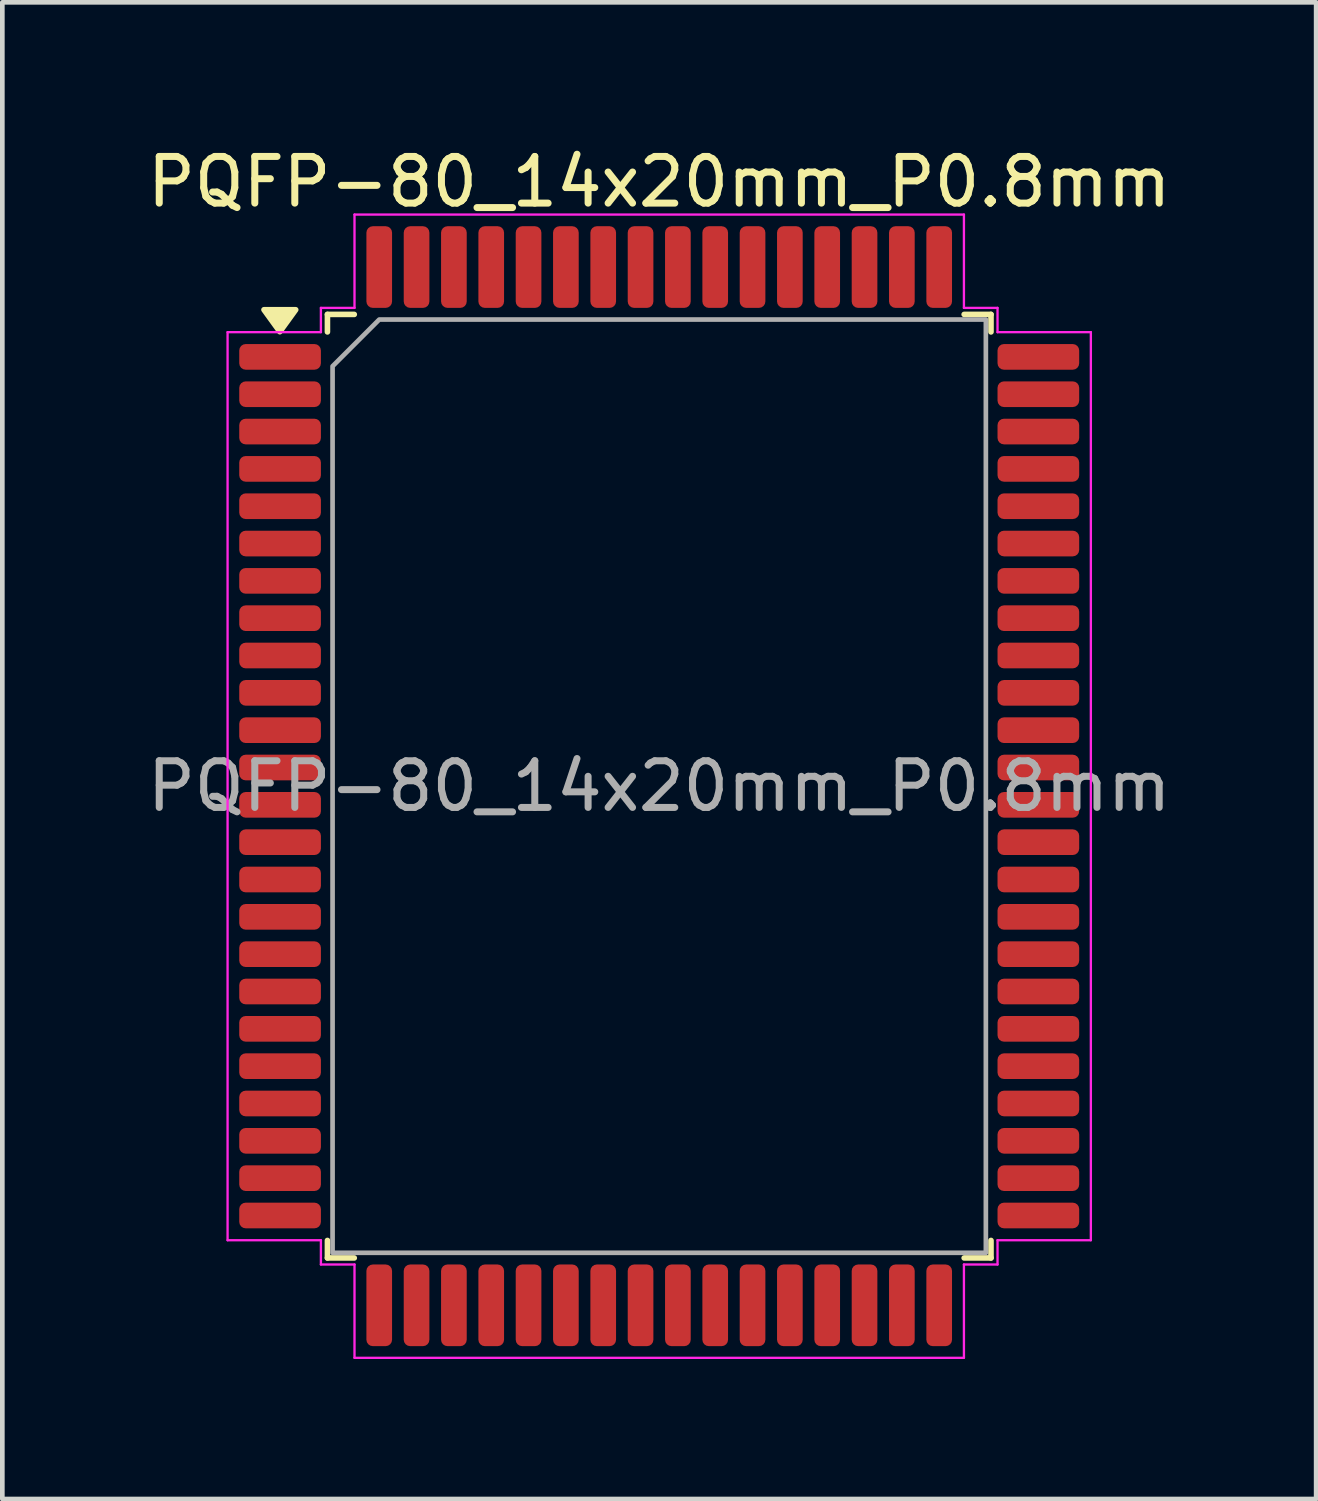
<source format=kicad_pcb>
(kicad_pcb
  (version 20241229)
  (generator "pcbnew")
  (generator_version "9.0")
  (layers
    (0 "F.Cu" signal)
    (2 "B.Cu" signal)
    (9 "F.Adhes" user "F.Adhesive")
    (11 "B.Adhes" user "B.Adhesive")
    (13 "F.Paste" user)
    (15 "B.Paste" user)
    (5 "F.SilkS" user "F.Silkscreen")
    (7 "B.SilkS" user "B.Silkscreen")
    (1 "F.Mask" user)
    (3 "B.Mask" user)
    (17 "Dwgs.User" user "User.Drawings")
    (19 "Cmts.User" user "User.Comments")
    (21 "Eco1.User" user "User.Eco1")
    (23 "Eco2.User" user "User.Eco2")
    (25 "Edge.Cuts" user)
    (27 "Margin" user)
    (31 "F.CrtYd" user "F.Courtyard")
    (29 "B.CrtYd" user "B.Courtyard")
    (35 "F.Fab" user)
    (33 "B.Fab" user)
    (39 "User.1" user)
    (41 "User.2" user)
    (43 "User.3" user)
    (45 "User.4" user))
  (footprint "PQFP-80_14x20mm_P0.8mm"
    (layer "F.Cu")
    (at 11.077 13.798)
    (property "Reference" "PQFP-80_14x20mm_P0.8mm" (at 0 -12.95 0) (layer "F.SilkS") (effects (font (size 1 1) (thickness 0.15))))
    (attr smd allow_soldermask_bridges)
    (fp_line (start -7.11 -10.11) (end -6.535 -10.11) (stroke (width 0.12) (type solid)) (layer "F.SilkS"))
    (fp_line (start -7.11 -9.735) (end -7.11 -10.11) (stroke (width 0.12) (type solid)) (layer "F.SilkS"))
    (fp_line (start -7.11 10.11) (end -7.11 9.735) (stroke (width 0.12) (type solid)) (layer "F.SilkS"))
    (fp_line (start -6.535 10.11) (end -7.11 10.11) (stroke (width 0.12) (type solid)) (layer "F.SilkS"))
    (fp_line (start 6.535 -10.11) (end 7.11 -10.11) (stroke (width 0.12) (type solid)) (layer "F.SilkS"))
    (fp_line (start 7.11 -10.11) (end 7.11 -9.735) (stroke (width 0.12) (type solid)) (layer "F.SilkS"))
    (fp_line (start 7.11 9.735) (end 7.11 10.11) (stroke (width 0.12) (type solid)) (layer "F.SilkS"))
    (fp_line (start 7.11 10.11) (end 6.535 10.11) (stroke (width 0.12) (type solid)) (layer "F.SilkS"))
    (fp_poly (pts (xy -8.13 -9.74) (xy -8.47 -10.21) (xy -7.79 -10.21)) (stroke (width 0.12) (type solid)) (fill yes) (layer "F.SilkS"))
    (fp_line (start -9.25 -9.73) (end -7.25 -9.73) (stroke (width 0.05) (type solid)) (layer "F.CrtYd"))
    (fp_line (start -9.25 9.73) (end -9.25 -9.73) (stroke (width 0.05) (type solid)) (layer "F.CrtYd"))
    (fp_line (start -7.25 -10.25) (end -6.53 -10.25) (stroke (width 0.05) (type solid)) (layer "F.CrtYd"))
    (fp_line (start -7.25 -9.73) (end -7.25 -10.25) (stroke (width 0.05) (type solid)) (layer "F.CrtYd"))
    (fp_line (start -7.25 9.73) (end -9.25 9.73) (stroke (width 0.05) (type solid)) (layer "F.CrtYd"))
    (fp_line (start -7.25 10.25) (end -7.25 9.73) (stroke (width 0.05) (type solid)) (layer "F.CrtYd"))
    (fp_line (start -6.53 -12.25) (end 6.53 -12.25) (stroke (width 0.05) (type solid)) (layer "F.CrtYd"))
    (fp_line (start -6.53 -10.25) (end -6.53 -12.25) (stroke (width 0.05) (type solid)) (layer "F.CrtYd"))
    (fp_line (start -6.53 10.25) (end -7.25 10.25) (stroke (width 0.05) (type solid)) (layer "F.CrtYd"))
    (fp_line (start -6.53 12.25) (end -6.53 10.25) (stroke (width 0.05) (type solid)) (layer "F.CrtYd"))
    (fp_line (start 6.53 -12.25) (end 6.53 -10.25) (stroke (width 0.05) (type solid)) (layer "F.CrtYd"))
    (fp_line (start 6.53 -10.25) (end 7.25 -10.25) (stroke (width 0.05) (type solid)) (layer "F.CrtYd"))
    (fp_line (start 6.53 10.25) (end 6.53 12.25) (stroke (width 0.05) (type solid)) (layer "F.CrtYd"))
    (fp_line (start 6.53 12.25) (end -6.53 12.25) (stroke (width 0.05) (type solid)) (layer "F.CrtYd"))
    (fp_line (start 7.25 -10.25) (end 7.25 -9.73) (stroke (width 0.05) (type solid)) (layer "F.CrtYd"))
    (fp_line (start 7.25 -9.73) (end 9.25 -9.73) (stroke (width 0.05) (type solid)) (layer "F.CrtYd"))
    (fp_line (start 7.25 9.73) (end 7.25 10.25) (stroke (width 0.05) (type solid)) (layer "F.CrtYd"))
    (fp_line (start 7.25 10.25) (end 6.53 10.25) (stroke (width 0.05) (type solid)) (layer "F.CrtYd"))
    (fp_line (start 9.25 -9.73) (end 9.25 9.73) (stroke (width 0.05) (type solid)) (layer "F.CrtYd"))
    (fp_line (start 9.25 9.73) (end 7.25 9.73) (stroke (width 0.05) (type solid)) (layer "F.CrtYd"))
    (fp_poly (pts (xy -7 -9) (xy -7 10) (xy 7 10) (xy 7 -10) (xy -6 -10)) (stroke (width 0.1) (type solid)) (fill no) (layer "F.Fab"))
    (fp_text user "${REFERENCE}" (at 0 0 0) (layer "F.Fab") (effects (font (size 1 1) (thickness 0.15))))
    (pad "1" smd roundrect (at -8.125 -9.2) (size 1.75 0.55) (layers "F.Cu" "F.Mask" "F.Paste") (roundrect_rratio 0.25))
    (pad "2" smd roundrect (at -8.125 -8.4) (size 1.75 0.55) (layers "F.Cu" "F.Mask" "F.Paste") (roundrect_rratio 0.25))
    (pad "3" smd roundrect (at -8.125 -7.6) (size 1.75 0.55) (layers "F.Cu" "F.Mask" "F.Paste") (roundrect_rratio 0.25))
    (pad "4" smd roundrect (at -8.125 -6.8) (size 1.75 0.55) (layers "F.Cu" "F.Mask" "F.Paste") (roundrect_rratio 0.25))
    (pad "5" smd roundrect (at -8.125 -6) (size 1.75 0.55) (layers "F.Cu" "F.Mask" "F.Paste") (roundrect_rratio 0.25))
    (pad "6" smd roundrect (at -8.125 -5.2) (size 1.75 0.55) (layers "F.Cu" "F.Mask" "F.Paste") (roundrect_rratio 0.25))
    (pad "7" smd roundrect (at -8.125 -4.4) (size 1.75 0.55) (layers "F.Cu" "F.Mask" "F.Paste") (roundrect_rratio 0.25))
    (pad "8" smd roundrect (at -8.125 -3.6) (size 1.75 0.55) (layers "F.Cu" "F.Mask" "F.Paste") (roundrect_rratio 0.25))
    (pad "9" smd roundrect (at -8.125 -2.8) (size 1.75 0.55) (layers "F.Cu" "F.Mask" "F.Paste") (roundrect_rratio 0.25))
    (pad "10" smd roundrect (at -8.125 -2) (size 1.75 0.55) (layers "F.Cu" "F.Mask" "F.Paste") (roundrect_rratio 0.25))
    (pad "11" smd roundrect (at -8.125 -1.2) (size 1.75 0.55) (layers "F.Cu" "F.Mask" "F.Paste") (roundrect_rratio 0.25))
    (pad "12" smd roundrect (at -8.125 -0.4) (size 1.75 0.55) (layers "F.Cu" "F.Mask" "F.Paste") (roundrect_rratio 0.25))
    (pad "13" smd roundrect (at -8.125 0.4) (size 1.75 0.55) (layers "F.Cu" "F.Mask" "F.Paste") (roundrect_rratio 0.25))
    (pad "14" smd roundrect (at -8.125 1.2) (size 1.75 0.55) (layers "F.Cu" "F.Mask" "F.Paste") (roundrect_rratio 0.25))
    (pad "15" smd roundrect (at -8.125 2) (size 1.75 0.55) (layers "F.Cu" "F.Mask" "F.Paste") (roundrect_rratio 0.25))
    (pad "16" smd roundrect (at -8.125 2.8) (size 1.75 0.55) (layers "F.Cu" "F.Mask" "F.Paste") (roundrect_rratio 0.25))
    (pad "17" smd roundrect (at -8.125 3.6) (size 1.75 0.55) (layers "F.Cu" "F.Mask" "F.Paste") (roundrect_rratio 0.25))
    (pad "18" smd roundrect (at -8.125 4.4) (size 1.75 0.55) (layers "F.Cu" "F.Mask" "F.Paste") (roundrect_rratio 0.25))
    (pad "19" smd roundrect (at -8.125 5.2) (size 1.75 0.55) (layers "F.Cu" "F.Mask" "F.Paste") (roundrect_rratio 0.25))
    (pad "20" smd roundrect (at -8.125 6) (size 1.75 0.55) (layers "F.Cu" "F.Mask" "F.Paste") (roundrect_rratio 0.25))
    (pad "21" smd roundrect (at -8.125 6.8) (size 1.75 0.55) (layers "F.Cu" "F.Mask" "F.Paste") (roundrect_rratio 0.25))
    (pad "22" smd roundrect (at -8.125 7.6) (size 1.75 0.55) (layers "F.Cu" "F.Mask" "F.Paste") (roundrect_rratio 0.25))
    (pad "23" smd roundrect (at -8.125 8.4) (size 1.75 0.55) (layers "F.Cu" "F.Mask" "F.Paste") (roundrect_rratio 0.25))
    (pad "24" smd roundrect (at -8.125 9.2) (size 1.75 0.55) (layers "F.Cu" "F.Mask" "F.Paste") (roundrect_rratio 0.25))
    (pad "25" smd roundrect (at -6 11.125) (size 0.55 1.75) (layers "F.Cu" "F.Mask" "F.Paste") (roundrect_rratio 0.25))
    (pad "26" smd roundrect (at -5.2 11.125) (size 0.55 1.75) (layers "F.Cu" "F.Mask" "F.Paste") (roundrect_rratio 0.25))
    (pad "27" smd roundrect (at -4.4 11.125) (size 0.55 1.75) (layers "F.Cu" "F.Mask" "F.Paste") (roundrect_rratio 0.25))
    (pad "28" smd roundrect (at -3.6 11.125) (size 0.55 1.75) (layers "F.Cu" "F.Mask" "F.Paste") (roundrect_rratio 0.25))
    (pad "29" smd roundrect (at -2.8 11.125) (size 0.55 1.75) (layers "F.Cu" "F.Mask" "F.Paste") (roundrect_rratio 0.25))
    (pad "30" smd roundrect (at -2 11.125) (size 0.55 1.75) (layers "F.Cu" "F.Mask" "F.Paste") (roundrect_rratio 0.25))
    (pad "31" smd roundrect (at -1.2 11.125) (size 0.55 1.75) (layers "F.Cu" "F.Mask" "F.Paste") (roundrect_rratio 0.25))
    (pad "32" smd roundrect (at -0.4 11.125) (size 0.55 1.75) (layers "F.Cu" "F.Mask" "F.Paste") (roundrect_rratio 0.25))
    (pad "33" smd roundrect (at 0.4 11.125) (size 0.55 1.75) (layers "F.Cu" "F.Mask" "F.Paste") (roundrect_rratio 0.25))
    (pad "34" smd roundrect (at 1.2 11.125) (size 0.55 1.75) (layers "F.Cu" "F.Mask" "F.Paste") (roundrect_rratio 0.25))
    (pad "35" smd roundrect (at 2 11.125) (size 0.55 1.75) (layers "F.Cu" "F.Mask" "F.Paste") (roundrect_rratio 0.25))
    (pad "36" smd roundrect (at 2.8 11.125) (size 0.55 1.75) (layers "F.Cu" "F.Mask" "F.Paste") (roundrect_rratio 0.25))
    (pad "37" smd roundrect (at 3.6 11.125) (size 0.55 1.75) (layers "F.Cu" "F.Mask" "F.Paste") (roundrect_rratio 0.25))
    (pad "38" smd roundrect (at 4.4 11.125) (size 0.55 1.75) (layers "F.Cu" "F.Mask" "F.Paste") (roundrect_rratio 0.25))
    (pad "39" smd roundrect (at 5.2 11.125) (size 0.55 1.75) (layers "F.Cu" "F.Mask" "F.Paste") (roundrect_rratio 0.25))
    (pad "40" smd roundrect (at 6 11.125) (size 0.55 1.75) (layers "F.Cu" "F.Mask" "F.Paste") (roundrect_rratio 0.25))
    (pad "41" smd roundrect (at 8.125 9.2) (size 1.75 0.55) (layers "F.Cu" "F.Mask" "F.Paste") (roundrect_rratio 0.25))
    (pad "42" smd roundrect (at 8.125 8.4) (size 1.75 0.55) (layers "F.Cu" "F.Mask" "F.Paste") (roundrect_rratio 0.25))
    (pad "43" smd roundrect (at 8.125 7.6) (size 1.75 0.55) (layers "F.Cu" "F.Mask" "F.Paste") (roundrect_rratio 0.25))
    (pad "44" smd roundrect (at 8.125 6.8) (size 1.75 0.55) (layers "F.Cu" "F.Mask" "F.Paste") (roundrect_rratio 0.25))
    (pad "45" smd roundrect (at 8.125 6) (size 1.75 0.55) (layers "F.Cu" "F.Mask" "F.Paste") (roundrect_rratio 0.25))
    (pad "46" smd roundrect (at 8.125 5.2) (size 1.75 0.55) (layers "F.Cu" "F.Mask" "F.Paste") (roundrect_rratio 0.25))
    (pad "47" smd roundrect (at 8.125 4.4) (size 1.75 0.55) (layers "F.Cu" "F.Mask" "F.Paste") (roundrect_rratio 0.25))
    (pad "48" smd roundrect (at 8.125 3.6) (size 1.75 0.55) (layers "F.Cu" "F.Mask" "F.Paste") (roundrect_rratio 0.25))
    (pad "49" smd roundrect (at 8.125 2.8) (size 1.75 0.55) (layers "F.Cu" "F.Mask" "F.Paste") (roundrect_rratio 0.25))
    (pad "50" smd roundrect (at 8.125 2) (size 1.75 0.55) (layers "F.Cu" "F.Mask" "F.Paste") (roundrect_rratio 0.25))
    (pad "51" smd roundrect (at 8.125 1.2) (size 1.75 0.55) (layers "F.Cu" "F.Mask" "F.Paste") (roundrect_rratio 0.25))
    (pad "52" smd roundrect (at 8.125 0.4) (size 1.75 0.55) (layers "F.Cu" "F.Mask" "F.Paste") (roundrect_rratio 0.25))
    (pad "53" smd roundrect (at 8.125 -0.4) (size 1.75 0.55) (layers "F.Cu" "F.Mask" "F.Paste") (roundrect_rratio 0.25))
    (pad "54" smd roundrect (at 8.125 -1.2) (size 1.75 0.55) (layers "F.Cu" "F.Mask" "F.Paste") (roundrect_rratio 0.25))
    (pad "55" smd roundrect (at 8.125 -2) (size 1.75 0.55) (layers "F.Cu" "F.Mask" "F.Paste") (roundrect_rratio 0.25))
    (pad "56" smd roundrect (at 8.125 -2.8) (size 1.75 0.55) (layers "F.Cu" "F.Mask" "F.Paste") (roundrect_rratio 0.25))
    (pad "57" smd roundrect (at 8.125 -3.6) (size 1.75 0.55) (layers "F.Cu" "F.Mask" "F.Paste") (roundrect_rratio 0.25))
    (pad "58" smd roundrect (at 8.125 -4.4) (size 1.75 0.55) (layers "F.Cu" "F.Mask" "F.Paste") (roundrect_rratio 0.25))
    (pad "59" smd roundrect (at 8.125 -5.2) (size 1.75 0.55) (layers "F.Cu" "F.Mask" "F.Paste") (roundrect_rratio 0.25))
    (pad "60" smd roundrect (at 8.125 -6) (size 1.75 0.55) (layers "F.Cu" "F.Mask" "F.Paste") (roundrect_rratio 0.25))
    (pad "61" smd roundrect (at 8.125 -6.8) (size 1.75 0.55) (layers "F.Cu" "F.Mask" "F.Paste") (roundrect_rratio 0.25))
    (pad "62" smd roundrect (at 8.125 -7.6) (size 1.75 0.55) (layers "F.Cu" "F.Mask" "F.Paste") (roundrect_rratio 0.25))
    (pad "63" smd roundrect (at 8.125 -8.4) (size 1.75 0.55) (layers "F.Cu" "F.Mask" "F.Paste") (roundrect_rratio 0.25))
    (pad "64" smd roundrect (at 8.125 -9.2) (size 1.75 0.55) (layers "F.Cu" "F.Mask" "F.Paste") (roundrect_rratio 0.25))
    (pad "65" smd roundrect (at 6 -11.125) (size 0.55 1.75) (layers "F.Cu" "F.Mask" "F.Paste") (roundrect_rratio 0.25))
    (pad "66" smd roundrect (at 5.2 -11.125) (size 0.55 1.75) (layers "F.Cu" "F.Mask" "F.Paste") (roundrect_rratio 0.25))
    (pad "67" smd roundrect (at 4.4 -11.125) (size 0.55 1.75) (layers "F.Cu" "F.Mask" "F.Paste") (roundrect_rratio 0.25))
    (pad "68" smd roundrect (at 3.6 -11.125) (size 0.55 1.75) (layers "F.Cu" "F.Mask" "F.Paste") (roundrect_rratio 0.25))
    (pad "69" smd roundrect (at 2.8 -11.125) (size 0.55 1.75) (layers "F.Cu" "F.Mask" "F.Paste") (roundrect_rratio 0.25))
    (pad "70" smd roundrect (at 2 -11.125) (size 0.55 1.75) (layers "F.Cu" "F.Mask" "F.Paste") (roundrect_rratio 0.25))
    (pad "71" smd roundrect (at 1.2 -11.125) (size 0.55 1.75) (layers "F.Cu" "F.Mask" "F.Paste") (roundrect_rratio 0.25))
    (pad "72" smd roundrect (at 0.4 -11.125) (size 0.55 1.75) (layers "F.Cu" "F.Mask" "F.Paste") (roundrect_rratio 0.25))
    (pad "73" smd roundrect (at -0.4 -11.125) (size 0.55 1.75) (layers "F.Cu" "F.Mask" "F.Paste") (roundrect_rratio 0.25))
    (pad "74" smd roundrect (at -1.2 -11.125) (size 0.55 1.75) (layers "F.Cu" "F.Mask" "F.Paste") (roundrect_rratio 0.25))
    (pad "75" smd roundrect (at -2 -11.125) (size 0.55 1.75) (layers "F.Cu" "F.Mask" "F.Paste") (roundrect_rratio 0.25))
    (pad "76" smd roundrect (at -2.8 -11.125) (size 0.55 1.75) (layers "F.Cu" "F.Mask" "F.Paste") (roundrect_rratio 0.25))
    (pad "77" smd roundrect (at -3.6 -11.125) (size 0.55 1.75) (layers "F.Cu" "F.Mask" "F.Paste") (roundrect_rratio 0.25))
    (pad "78" smd roundrect (at -4.4 -11.125) (size 0.55 1.75) (layers "F.Cu" "F.Mask" "F.Paste") (roundrect_rratio 0.25))
    (pad "79" smd roundrect (at -5.2 -11.125) (size 0.55 1.75) (layers "F.Cu" "F.Mask" "F.Paste") (roundrect_rratio 0.25))
    (pad "80" smd roundrect (at -6 -11.125) (size 0.55 1.75) (layers "F.Cu" "F.Mask" "F.Paste") (roundrect_rratio 0.25)))
  (gr_rect
    (start -3 -3)
    (end 25.155 29.073)
    (stroke (width 0.1) (type default))
    (fill no)
    (layer "Edge.Cuts")))
</source>
